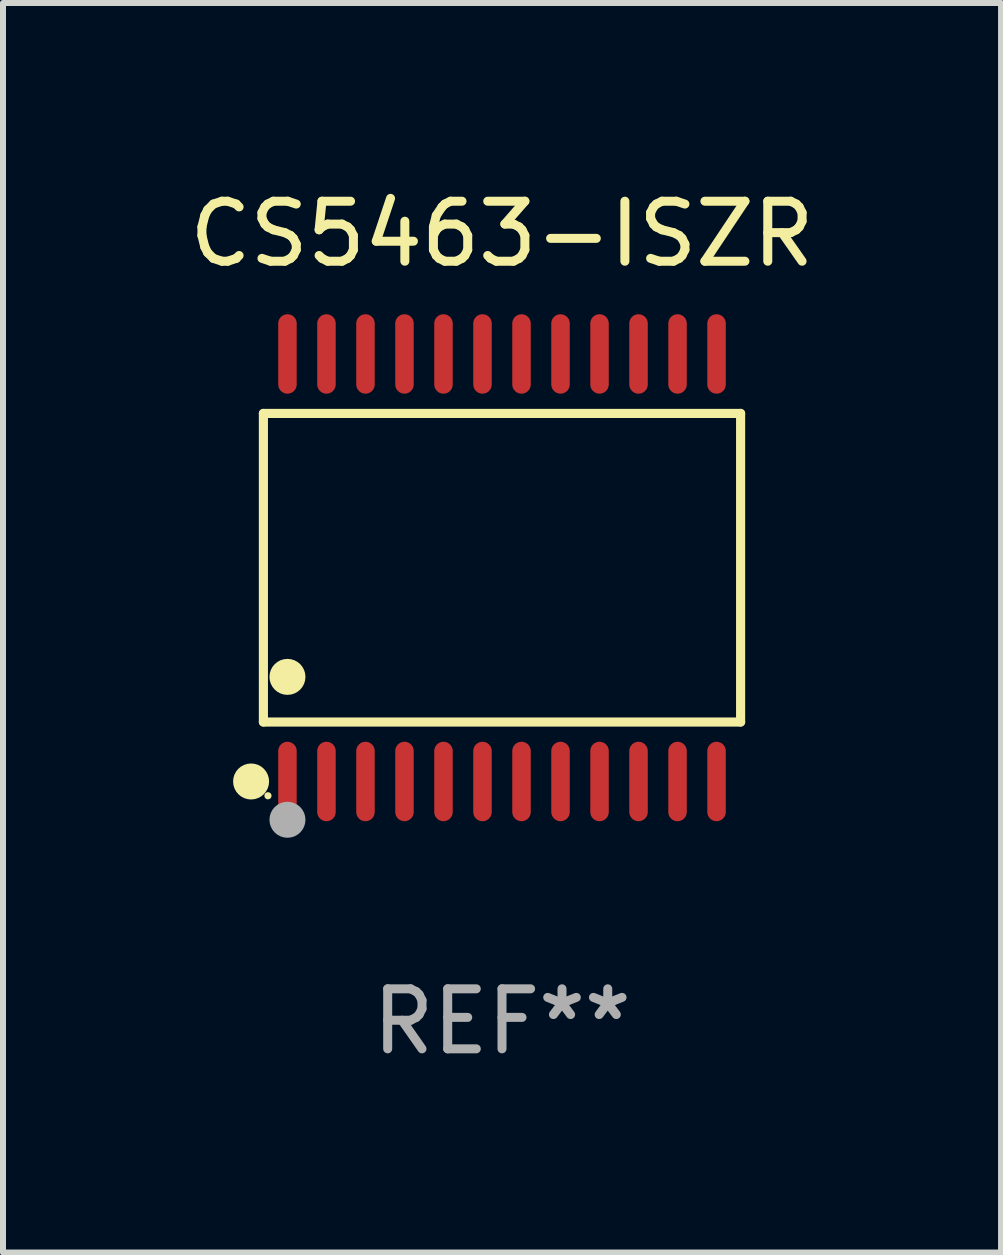
<source format=kicad_pcb>
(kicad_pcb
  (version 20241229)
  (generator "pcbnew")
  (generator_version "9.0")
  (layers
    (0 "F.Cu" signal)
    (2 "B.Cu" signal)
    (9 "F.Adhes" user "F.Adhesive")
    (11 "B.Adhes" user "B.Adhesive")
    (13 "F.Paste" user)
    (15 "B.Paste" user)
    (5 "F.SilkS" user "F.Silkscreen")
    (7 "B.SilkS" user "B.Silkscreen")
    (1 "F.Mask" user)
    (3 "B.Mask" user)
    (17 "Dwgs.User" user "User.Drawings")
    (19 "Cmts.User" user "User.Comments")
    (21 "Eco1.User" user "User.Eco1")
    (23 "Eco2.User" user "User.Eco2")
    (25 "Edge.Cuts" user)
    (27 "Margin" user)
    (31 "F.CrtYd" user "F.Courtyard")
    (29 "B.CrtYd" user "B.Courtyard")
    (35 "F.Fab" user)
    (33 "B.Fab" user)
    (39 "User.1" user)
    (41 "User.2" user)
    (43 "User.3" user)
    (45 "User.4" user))
  (footprint "CS5463-ISZR"
    (layer "F.Cu")
    (at 5.315 6.41)
    (property "Reference" "CS5463-ISZR" (at 0 -5.562 0) (layer "F.SilkS") (effects (font (size 1 1) (thickness 0.15))))
    (attr through_hole)
    (fp_line (start -3.976 -2.571) (end 3.976 -2.571) (stroke (width 0.152) (type solid)) (layer "F.SilkS"))
    (fp_line (start -3.976 2.571) (end -3.976 -2.571) (stroke (width 0.152) (type solid)) (layer "F.SilkS"))
    (fp_line (start 3.976 -2.571) (end 3.976 2.571) (stroke (width 0.152) (type solid)) (layer "F.SilkS"))
    (fp_line (start 3.976 2.571) (end -3.976 2.571) (stroke (width 0.152) (type solid)) (layer "F.SilkS"))
    (fp_circle (center -4.181 3.562) (end -4.031 3.562) (stroke (width 0.3) (type solid)) (fill no) (layer "F.SilkS"))
    (fp_circle (center -3.9 3.8) (end -3.87 3.8) (stroke (width 0.06) (type solid)) (fill no) (layer "F.SilkS"))
    (fp_circle (center -3.575 1.819) (end -3.425 1.819) (stroke (width 0.3) (type solid)) (fill no) (layer "F.SilkS"))
    (fp_circle (center -3.575 4.2) (end -3.425 4.2) (stroke (width 0.3) (type solid)) (fill no) (layer "F.Fab"))
    (fp_text user "REF**" (at 0 7.562 0) (layer "F.Fab") (effects (font (size 1 1) (thickness 0.15))))
    (pad "1" smd oval (at -3.575 3.562) (size 0.308 1.324) (layers "F.Cu" "F.Mask" "F.Paste"))
    (pad "2" smd oval (at -2.925 3.562) (size 0.308 1.324) (layers "F.Cu" "F.Mask" "F.Paste"))
    (pad "3" smd oval (at -2.275 3.562) (size 0.308 1.324) (layers "F.Cu" "F.Mask" "F.Paste"))
    (pad "4" smd oval (at -1.625 3.562) (size 0.308 1.324) (layers "F.Cu" "F.Mask" "F.Paste"))
    (pad "5" smd oval (at -0.975 3.562) (size 0.308 1.324) (layers "F.Cu" "F.Mask" "F.Paste"))
    (pad "6" smd oval (at -0.325 3.562) (size 0.308 1.324) (layers "F.Cu" "F.Mask" "F.Paste"))
    (pad "7" smd oval (at 0.325 3.562) (size 0.308 1.324) (layers "F.Cu" "F.Mask" "F.Paste"))
    (pad "8" smd oval (at 0.975 3.562) (size 0.308 1.324) (layers "F.Cu" "F.Mask" "F.Paste"))
    (pad "9" smd oval (at 1.625 3.562) (size 0.308 1.324) (layers "F.Cu" "F.Mask" "F.Paste"))
    (pad "10" smd oval (at 2.275 3.562) (size 0.308 1.324) (layers "F.Cu" "F.Mask" "F.Paste"))
    (pad "11" smd oval (at 2.925 3.562) (size 0.308 1.324) (layers "F.Cu" "F.Mask" "F.Paste"))
    (pad "12" smd oval (at 3.575 3.562) (size 0.308 1.324) (layers "F.Cu" "F.Mask" "F.Paste"))
    (pad "13" smd oval (at 3.575 -3.562) (size 0.308 1.324) (layers "F.Cu" "F.Mask" "F.Paste"))
    (pad "14" smd oval (at 2.925 -3.562) (size 0.308 1.324) (layers "F.Cu" "F.Mask" "F.Paste"))
    (pad "15" smd oval (at 2.275 -3.562) (size 0.308 1.324) (layers "F.Cu" "F.Mask" "F.Paste"))
    (pad "16" smd oval (at 1.625 -3.562) (size 0.308 1.324) (layers "F.Cu" "F.Mask" "F.Paste"))
    (pad "17" smd oval (at 0.975 -3.562) (size 0.308 1.324) (layers "F.Cu" "F.Mask" "F.Paste"))
    (pad "18" smd oval (at 0.325 -3.562) (size 0.308 1.324) (layers "F.Cu" "F.Mask" "F.Paste"))
    (pad "19" smd oval (at -0.325 -3.562) (size 0.308 1.324) (layers "F.Cu" "F.Mask" "F.Paste"))
    (pad "20" smd oval (at -0.975 -3.562) (size 0.308 1.324) (layers "F.Cu" "F.Mask" "F.Paste"))
    (pad "21" smd oval (at -1.625 -3.562) (size 0.308 1.324) (layers "F.Cu" "F.Mask" "F.Paste"))
    (pad "22" smd oval (at -2.275 -3.562) (size 0.308 1.324) (layers "F.Cu" "F.Mask" "F.Paste"))
    (pad "23" smd oval (at -2.925 -3.562) (size 0.308 1.324) (layers "F.Cu" "F.Mask" "F.Paste"))
    (pad "24" smd oval (at -3.575 -3.562) (size 0.308 1.324) (layers "F.Cu" "F.Mask" "F.Paste")))
  (gr_rect
    (start -3 -3)
    (end 13.631 17.821)
    (stroke (width 0.1) (type default))
    (fill no)
    (layer "Edge.Cuts")))
</source>
